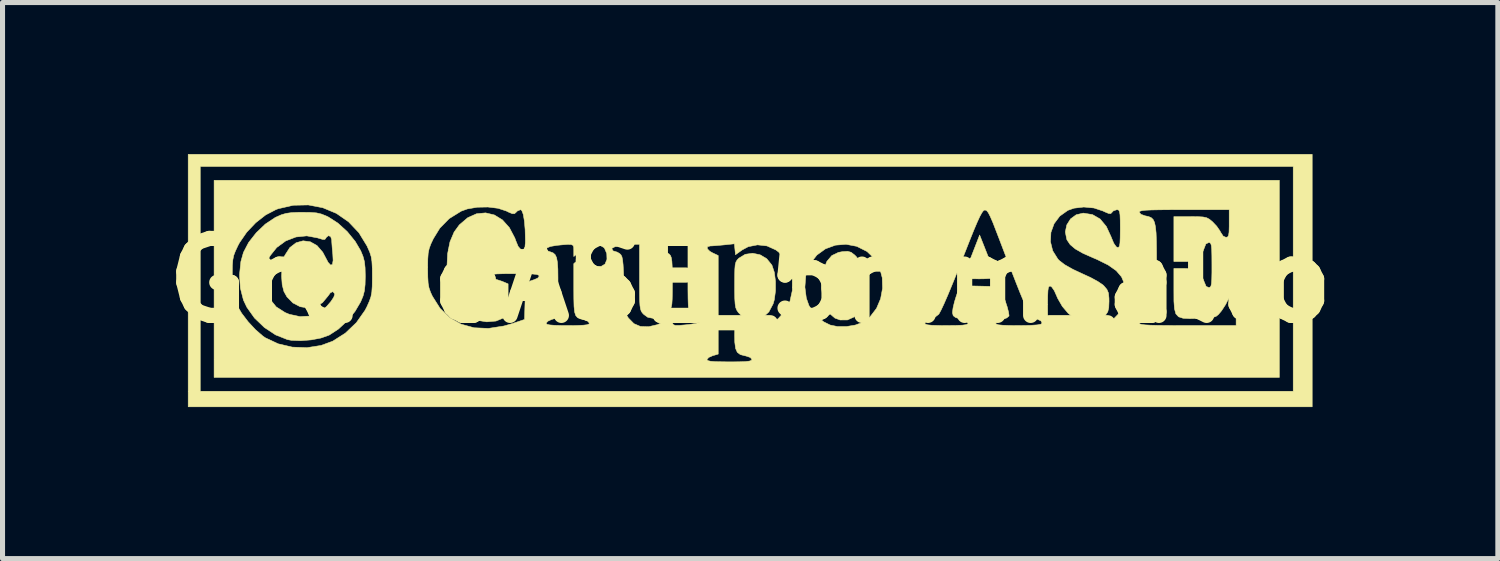
<source format=kicad_pcb>
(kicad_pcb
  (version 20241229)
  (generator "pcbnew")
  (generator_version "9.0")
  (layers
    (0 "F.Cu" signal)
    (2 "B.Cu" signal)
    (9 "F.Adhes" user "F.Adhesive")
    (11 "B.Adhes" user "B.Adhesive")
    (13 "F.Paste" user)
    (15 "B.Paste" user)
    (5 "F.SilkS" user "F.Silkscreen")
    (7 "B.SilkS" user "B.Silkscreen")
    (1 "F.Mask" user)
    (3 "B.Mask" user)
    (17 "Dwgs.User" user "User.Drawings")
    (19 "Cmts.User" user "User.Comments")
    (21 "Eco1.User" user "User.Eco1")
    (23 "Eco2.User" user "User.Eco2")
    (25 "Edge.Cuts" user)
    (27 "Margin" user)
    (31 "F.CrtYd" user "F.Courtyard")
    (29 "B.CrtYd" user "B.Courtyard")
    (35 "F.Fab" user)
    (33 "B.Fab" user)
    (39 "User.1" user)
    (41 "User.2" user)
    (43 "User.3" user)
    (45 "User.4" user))
  (footprint "GrupoASE_5mm_alto"
    (layer "F.Cu")
    (at 11.8 2.504)
    (property "Reference" "GrupoASE_5mm_alto" (at 0 0 0) (layer "F.SilkS") (effects (font (size 1.524 1.524) (thickness 0.3))))
    (attr through_hole)
    (fp_poly (pts (xy 11.125 2.499) (xy -11.125 2.499) (xy -11.125 -2.259) (xy -10.886 -2.259) (xy -10.886 2.191) (xy 10.749 2.191) (xy 10.749 -2.259) (xy -10.886 -2.259) (xy -11.125 -2.259) (xy -11.125 -2.499) (xy 11.125 -2.499) (xy 11.125 2.499)) (stroke (width 0.01) (type solid)) (fill yes) (layer "F.SilkS"))
    (fp_poly (pts (xy 4.702 -0.497) (xy 4.762 -0.341) (xy 4.812 -0.209) (xy 4.846 -0.112) (xy 4.861 -0.065) (xy 4.861 -0.063) (xy 4.829 -0.051) (xy 4.744 -0.041) (xy 4.62 -0.035) (xy 4.536 -0.034) (xy 4.396 -0.035) (xy 4.286 -0.037) (xy 4.222 -0.041) (xy 4.211 -0.043) (xy 4.222 -0.076) (xy 4.254 -0.161) (xy 4.302 -0.286) (xy 4.361 -0.438) (xy 4.377 -0.477) (xy 4.542 -0.902) (xy 4.702 -0.497)) (stroke (width 0.01) (type solid)) (fill yes) (layer "F.SilkS"))
    (fp_poly (pts (xy 1.998 -0.56) (xy 2.069 -0.505) (xy 2.101 -0.473) (xy 2.211 -0.317) (xy 2.276 -0.12) (xy 2.294 0.105) (xy 2.265 0.347) (xy 2.242 0.436) (xy 2.166 0.603) (xy 2.058 0.719) (xy 1.926 0.779) (xy 1.78 0.78) (xy 1.678 0.743) (xy 1.576 0.656) (xy 1.495 0.518) (xy 1.44 0.345) (xy 1.413 0.15) (xy 1.418 -0.05) (xy 1.449 -0.209) (xy 1.519 -0.381) (xy 1.616 -0.495) (xy 1.747 -0.558) (xy 1.828 -0.573) (xy 1.929 -0.579) (xy 1.998 -0.56)) (stroke (width 0.01) (type solid)) (fill yes) (layer "F.SilkS"))
    (fp_poly (pts (xy 0.195 -0.511) (xy 0.327 -0.433) (xy 0.427 -0.31) (xy 0.432 -0.301) (xy 0.478 -0.163) (xy 0.501 0.014) (xy 0.501 0.204) (xy 0.477 0.382) (xy 0.454 0.461) (xy 0.37 0.62) (xy 0.253 0.727) (xy 0.113 0.779) (xy -0.04 0.77) (xy -0.089 0.754) (xy -0.161 0.707) (xy -0.234 0.633) (xy -0.235 0.632) (xy -0.265 0.587) (xy -0.286 0.536) (xy -0.298 0.465) (xy -0.305 0.36) (xy -0.308 0.208) (xy -0.308 0.087) (xy -0.307 -0.097) (xy -0.304 -0.226) (xy -0.297 -0.312) (xy -0.282 -0.368) (xy -0.259 -0.407) (xy -0.226 -0.442) (xy -0.225 -0.443) (xy -0.098 -0.52) (xy 0.048 -0.541) (xy 0.195 -0.511)) (stroke (width 0.01) (type solid)) (fill yes) (layer "F.SilkS"))
    (fp_poly (pts (xy -8.703 -1.349) (xy -8.586 -1.34) (xy -8.491 -1.318) (xy -8.397 -1.281) (xy -8.349 -1.258) (xy -8.161 -1.137) (xy -7.977 -0.97) (xy -7.819 -0.776) (xy -7.71 -0.591) (xy -7.664 -0.479) (xy -7.636 -0.375) (xy -7.623 -0.254) (xy -7.619 -0.09) (xy -7.619 -0.086) (xy -7.623 0.079) (xy -7.636 0.201) (xy -7.663 0.305) (xy -7.709 0.416) (xy -7.71 0.419) (xy -7.823 0.611) (xy -7.976 0.797) (xy -8.15 0.959) (xy -8.327 1.075) (xy -8.338 1.081) (xy -8.496 1.137) (xy -8.691 1.174) (xy -8.896 1.19) (xy -9.08 1.183) (xy -9.161 1.168) (xy -9.395 1.075) (xy -9.617 0.928) (xy -9.812 0.741) (xy -9.964 0.527) (xy -10.031 0.386) (xy -10.092 0.148) (xy -10.106 -0.071) (xy -9.602 -0.071) (xy -9.578 0.171) (xy -9.506 0.367) (xy -9.383 0.52) (xy -9.206 0.633) (xy -9.121 0.668) (xy -8.912 0.713) (xy -8.709 0.702) (xy -8.556 0.649) (xy -8.47 0.591) (xy -8.38 0.507) (xy -8.3 0.415) (xy -8.243 0.329) (xy -8.224 0.268) (xy -8.226 0.261) (xy -8.26 0.219) (xy -8.309 0.24) (xy -8.359 0.308) (xy -8.467 0.438) (xy -8.604 0.516) (xy -8.755 0.542) (xy -8.909 0.517) (xy -9.052 0.443) (xy -9.171 0.321) (xy -9.23 0.215) (xy -9.264 0.082) (xy -9.276 -0.088) (xy -9.267 -0.267) (xy -9.237 -0.428) (xy -9.212 -0.499) (xy -9.113 -0.653) (xy -8.988 -0.749) (xy -8.85 -0.787) (xy -8.708 -0.768) (xy -8.575 -0.693) (xy -8.461 -0.561) (xy -8.417 -0.478) (xy -8.354 -0.359) (xy -8.304 -0.306) (xy -8.27 -0.32) (xy -8.256 -0.399) (xy -8.262 -0.518) (xy -8.274 -0.645) (xy -8.282 -0.755) (xy -8.284 -0.809) (xy -8.305 -0.872) (xy -8.349 -0.889) (xy -8.392 -0.855) (xy -8.398 -0.842) (xy -8.419 -0.815) (xy -8.464 -0.815) (xy -8.551 -0.841) (xy -8.564 -0.845) (xy -8.777 -0.885) (xy -8.991 -0.863) (xy -9.194 -0.785) (xy -9.372 -0.655) (xy -9.498 -0.498) (xy -9.554 -0.4) (xy -9.585 -0.313) (xy -9.599 -0.211) (xy -9.602 -0.071) (xy -10.106 -0.071) (xy -10.109 -0.116) (xy -10.082 -0.376) (xy -10.031 -0.557) (xy -9.929 -0.753) (xy -9.778 -0.946) (xy -9.599 -1.117) (xy -9.409 -1.244) (xy -9.386 -1.256) (xy -9.282 -1.302) (xy -9.187 -1.33) (xy -9.08 -1.345) (xy -8.935 -1.351) (xy -8.866 -1.351) (xy -8.703 -1.349)) (stroke (width 0.01) (type solid)) (fill yes) (layer "F.SilkS"))
    (fp_poly (pts (xy 10.475 1.917) (xy -10.612 1.917) (xy -10.612 1.565) (xy -0.856 1.565) (xy -0.839 1.584) (xy -0.785 1.597) (xy -0.683 1.605) (xy -0.526 1.608) (xy -0.411 1.609) (xy -0.224 1.608) (xy -0.095 1.603) (xy -0.016 1.594) (xy 0.024 1.579) (xy 0.034 1.561) (xy 0.002 1.522) (xy -0.086 1.492) (xy -0.103 1.489) (xy -0.195 1.465) (xy -0.255 1.42) (xy -0.289 1.344) (xy -0.305 1.221) (xy -0.308 1.081) (xy -0.305 0.937) (xy -0.293 0.854) (xy -0.269 0.825) (xy -0.232 0.844) (xy -0.219 0.855) (xy -0.15 0.889) (xy -0.036 0.91) (xy 0.098 0.915) (xy 0.229 0.904) (xy 0.287 0.891) (xy 0.414 0.84) (xy 0.536 0.767) (xy 0.558 0.75) (xy 0.696 0.595) (xy 0.788 0.406) (xy 0.834 0.197) (xy 0.833 0.13) (xy 1.083 0.13) (xy 1.111 0.347) (xy 1.163 0.494) (xy 1.285 0.674) (xy 1.454 0.816) (xy 1.583 0.88) (xy 1.729 0.91) (xy 1.904 0.91) (xy 2.079 0.881) (xy 2.189 0.841) (xy 3.457 0.841) (xy 3.469 0.862) (xy 3.512 0.876) (xy 3.596 0.885) (xy 3.729 0.889) (xy 3.885 0.89) (xy 4.073 0.888) (xy 4.2 0.883) (xy 4.277 0.872) (xy 4.31 0.855) (xy 4.313 0.846) (xy 4.283 0.812) (xy 4.207 0.775) (xy 4.159 0.76) (xy 4.064 0.73) (xy 4.019 0.695) (xy 4.005 0.641) (xy 4.005 0.623) (xy 4.016 0.54) (xy 4.044 0.421) (xy 4.077 0.314) (xy 4.149 0.101) (xy 4.547 0.11) (xy 4.945 0.12) (xy 5.043 0.387) (xy 5.086 0.516) (xy 5.114 0.624) (xy 5.124 0.692) (xy 5.122 0.702) (xy 5.079 0.739) (xy 4.997 0.769) (xy 4.983 0.772) (xy 4.899 0.8) (xy 4.861 0.838) (xy 4.861 0.842) (xy 4.874 0.862) (xy 4.918 0.876) (xy 5.002 0.884) (xy 5.137 0.889) (xy 5.323 0.89) (xy 5.537 0.887) (xy 5.684 0.877) (xy 5.768 0.86) (xy 5.791 0.834) (xy 5.754 0.798) (xy 5.66 0.752) (xy 5.652 0.749) (xy 5.62 0.734) (xy 5.59 0.716) (xy 5.561 0.69) (xy 5.531 0.649) (xy 5.496 0.589) (xy 5.454 0.505) (xy 5.449 0.494) (xy 5.888 0.494) (xy 5.889 0.664) (xy 5.892 0.777) (xy 5.901 0.844) (xy 5.916 0.878) (xy 5.939 0.889) (xy 5.955 0.89) (xy 6.026 0.863) (xy 6.054 0.831) (xy 6.078 0.799) (xy 6.114 0.793) (xy 6.179 0.815) (xy 6.253 0.846) (xy 6.357 0.892) (xy 6.441 0.926) (xy 6.47 0.937) (xy 6.576 0.953) (xy 6.716 0.953) (xy 6.859 0.937) (xy 6.926 0.922) (xy 7.056 0.861) (xy 7.192 0.761) (xy 7.309 0.64) (xy 7.382 0.523) (xy 7.409 0.422) (xy 7.426 0.293) (xy 7.428 0.232) (xy 7.41 0.067) (xy 7.351 -0.073) (xy 7.246 -0.196) (xy 7.087 -0.308) (xy 6.868 -0.417) (xy 6.795 -0.448) (xy 6.587 -0.54) (xy 6.436 -0.626) (xy 6.334 -0.712) (xy 6.272 -0.804) (xy 6.266 -0.819) (xy 6.238 -0.963) (xy 6.267 -1.102) (xy 6.342 -1.221) (xy 6.454 -1.303) (xy 6.592 -1.335) (xy 6.596 -1.335) (xy 6.776 -1.306) (xy 6.927 -1.219) (xy 7.05 -1.071) (xy 7.147 -0.86) (xy 7.151 -0.848) (xy 7.198 -0.737) (xy 7.246 -0.669) (xy 7.269 -0.656) (xy 7.294 -0.659) (xy 7.31 -0.685) (xy 7.32 -0.745) (xy 7.324 -0.851) (xy 7.326 -1.014) (xy 7.326 -1.024) (xy 7.325 -1.19) (xy 7.321 -1.299) (xy 7.313 -1.354) (xy 7.702 -1.354) (xy 7.734 -1.312) (xy 7.817 -1.282) (xy 7.823 -1.281) (xy 7.887 -1.267) (xy 7.937 -1.246) (xy 7.975 -1.211) (xy 8.003 -1.154) (xy 8.022 -1.067) (xy 8.035 -0.943) (xy 8.041 -0.774) (xy 8.044 -0.552) (xy 8.044 -0.27) (xy 8.044 -0.247) (xy 8.043 0.034) (xy 8.039 0.273) (xy 8.032 0.463) (xy 8.024 0.6) (xy 8.013 0.676) (xy 8.009 0.687) (xy 7.946 0.741) (xy 7.838 0.774) (xy 7.745 0.8) (xy 7.703 0.836) (xy 7.702 0.843) (xy 7.713 0.857) (xy 7.748 0.868) (xy 7.816 0.877) (xy 7.923 0.883) (xy 8.076 0.887) (xy 8.281 0.889) (xy 8.545 0.89) (xy 8.661 0.89) (xy 9.619 0.89) (xy 9.619 0.727) (xy 9.624 0.59) (xy 9.636 0.438) (xy 9.641 0.385) (xy 9.651 0.28) (xy 9.646 0.227) (xy 9.622 0.207) (xy 9.598 0.206) (xy 9.539 0.237) (xy 9.482 0.332) (xy 9.473 0.353) (xy 9.41 0.476) (xy 9.332 0.596) (xy 9.314 0.618) (xy 9.267 0.673) (xy 9.223 0.708) (xy 9.166 0.728) (xy 9.079 0.739) (xy 8.946 0.746) (xy 8.886 0.748) (xy 8.701 0.753) (xy 8.569 0.746) (xy 8.48 0.717) (xy 8.426 0.658) (xy 8.399 0.559) (xy 8.388 0.41) (xy 8.387 0.205) (xy 8.387 -0.24) (xy 8.594 -0.24) (xy 8.719 -0.235) (xy 8.801 -0.216) (xy 8.863 -0.176) (xy 8.885 -0.155) (xy 8.951 -0.065) (xy 8.991 0.033) (xy 9.025 0.115) (xy 9.076 0.137) (xy 9.102 0.132) (xy 9.12 0.111) (xy 9.131 0.062) (xy 9.137 -0.026) (xy 9.14 -0.163) (xy 9.14 -0.308) (xy 9.139 -0.49) (xy 9.136 -0.615) (xy 9.129 -0.692) (xy 9.116 -0.734) (xy 9.097 -0.751) (xy 9.076 -0.753) (xy 9.02 -0.725) (xy 8.991 -0.65) (xy 8.951 -0.551) (xy 8.885 -0.461) (xy 8.825 -0.412) (xy 8.753 -0.386) (xy 8.647 -0.377) (xy 8.594 -0.377) (xy 8.387 -0.377) (xy 8.387 -1.267) (xy 8.711 -1.267) (xy 8.864 -1.265) (xy 8.966 -1.259) (xy 9.035 -1.244) (xy 9.09 -1.215) (xy 9.147 -1.168) (xy 9.152 -1.164) (xy 9.235 -1.076) (xy 9.3 -0.982) (xy 9.311 -0.959) (xy 9.363 -0.88) (xy 9.418 -0.856) (xy 9.45 -0.863) (xy 9.469 -0.892) (xy 9.479 -0.958) (xy 9.482 -1.074) (xy 9.482 -1.13) (xy 9.482 -1.404) (xy 8.592 -1.404) (xy 8.318 -1.403) (xy 8.105 -1.401) (xy 7.946 -1.398) (xy 7.834 -1.393) (xy 7.76 -1.385) (xy 7.719 -1.374) (xy 7.703 -1.36) (xy 7.702 -1.354) (xy 7.313 -1.354) (xy 7.312 -1.363) (xy 7.296 -1.394) (xy 7.27 -1.403) (xy 7.259 -1.404) (xy 7.189 -1.38) (xy 7.164 -1.353) (xy 7.138 -1.326) (xy 7.094 -1.329) (xy 7.013 -1.363) (xy 6.982 -1.378) (xy 6.804 -1.437) (xy 6.604 -1.456) (xy 6.41 -1.433) (xy 6.288 -1.39) (xy 6.128 -1.276) (xy 6.016 -1.126) (xy 5.953 -0.953) (xy 5.944 -0.769) (xy 5.988 -0.59) (xy 6.09 -0.427) (xy 6.117 -0.398) (xy 6.226 -0.314) (xy 6.389 -0.222) (xy 6.571 -0.137) (xy 6.737 -0.061) (xy 6.879 0.016) (xy 6.98 0.084) (xy 7.004 0.107) (xy 7.062 0.176) (xy 7.092 0.247) (xy 7.102 0.347) (xy 7.103 0.412) (xy 7.098 0.536) (xy 7.079 0.617) (xy 7.037 0.68) (xy 7.016 0.702) (xy 6.89 0.782) (xy 6.727 0.817) (xy 6.554 0.806) (xy 6.427 0.753) (xy 6.296 0.649) (xy 6.178 0.51) (xy 6.086 0.35) (xy 6.067 0.305) (xy 6.02 0.2) (xy 5.971 0.129) (xy 5.943 0.109) (xy 5.919 0.112) (xy 5.903 0.138) (xy 5.894 0.2) (xy 5.889 0.308) (xy 5.888 0.472) (xy 5.888 0.494) (xy 5.449 0.494) (xy 5.404 0.39) (xy 5.342 0.241) (xy 5.266 0.05) (xy 5.174 -0.186) (xy 5.063 -0.474) (xy 4.932 -0.818) (xy 4.874 -0.968) (xy 4.805 -1.147) (xy 4.752 -1.269) (xy 4.712 -1.346) (xy 4.68 -1.385) (xy 4.649 -1.397) (xy 4.64 -1.396) (xy 4.616 -1.382) (xy 4.586 -1.342) (xy 4.546 -1.269) (xy 4.495 -1.159) (xy 4.43 -1.006) (xy 4.348 -0.802) (xy 4.246 -0.543) (xy 4.19 -0.4) (xy 4.092 -0.151) (xy 3.998 0.08) (xy 3.913 0.285) (xy 3.839 0.455) (xy 3.78 0.581) (xy 3.74 0.655) (xy 3.731 0.668) (xy 3.644 0.734) (xy 3.556 0.771) (xy 3.486 0.801) (xy 3.457 0.841) (xy 2.189 0.841) (xy 2.21 0.834) (xy 2.376 0.713) (xy 2.501 0.55) (xy 2.582 0.359) (xy 2.62 0.153) (xy 2.614 -0.056) (xy 2.561 -0.255) (xy 2.462 -0.432) (xy 2.316 -0.573) (xy 2.31 -0.577) (xy 2.109 -0.678) (xy 1.898 -0.718) (xy 1.688 -0.701) (xy 1.491 -0.629) (xy 1.32 -0.505) (xy 1.187 -0.334) (xy 1.162 -0.287) (xy 1.1 -0.091) (xy 1.083 0.13) (xy 0.833 0.13) (xy 0.833 -0.018) (xy 0.788 -0.226) (xy 0.698 -0.413) (xy 0.563 -0.565) (xy 0.507 -0.607) (xy 0.332 -0.686) (xy 0.145 -0.707) (xy -0.038 -0.671) (xy -0.158 -0.607) (xy -0.291 -0.512) (xy -0.313 -0.728) (xy -0.521 -0.706) (xy -0.643 -0.695) (xy -0.745 -0.687) (xy -0.792 -0.685) (xy -0.847 -0.669) (xy -0.848 -0.629) (xy -0.8 -0.58) (xy -0.744 -0.548) (xy -0.633 -0.496) (xy -0.633 1.455) (xy -0.745 1.488) (xy -0.82 1.521) (xy -0.855 1.561) (xy -0.856 1.565) (xy -10.612 1.565) (xy -10.612 -0.086) (xy -10.252 -0.086) (xy -10.251 0.088) (xy -10.244 0.213) (xy -10.228 0.31) (xy -10.2 0.397) (xy -10.16 0.488) (xy -10.067 0.646) (xy -9.938 0.815) (xy -9.791 0.973) (xy -9.646 1.099) (xy -9.593 1.135) (xy -9.342 1.252) (xy -9.064 1.317) (xy -8.775 1.328) (xy -8.494 1.284) (xy -8.265 1.2) (xy -8.013 1.04) (xy -7.795 0.832) (xy -7.624 0.589) (xy -7.586 0.516) (xy -7.539 0.41) (xy -7.508 0.322) (xy -7.49 0.229) (xy -7.482 0.114) (xy -7.48 -0.046) (xy -7.48 -0.086) (xy -7.481 -0.24) (xy -6.384 -0.24) (xy -6.382 -0.071) (xy -6.375 0.051) (xy -6.358 0.144) (xy -6.328 0.23) (xy -6.291 0.31) (xy -6.139 0.55) (xy -5.949 0.734) (xy -5.723 0.863) (xy -5.466 0.934) (xy -5.182 0.947) (xy -4.875 0.899) (xy -4.707 0.851) (xy -4.467 0.77) (xy -4.457 0.43) (xy -4.45 0.281) (xy -4.437 0.155) (xy -4.422 0.071) (xy -4.412 0.047) (xy -4.355 0.009) (xy -4.277 -0.018) (xy -4.206 -0.048) (xy -4.176 -0.088) (xy -4.188 -0.108) (xy -4.228 -0.121) (xy -4.306 -0.13) (xy -4.432 -0.135) (xy -4.614 -0.137) (xy -4.673 -0.137) (xy -4.87 -0.136) (xy -5.008 -0.132) (xy -5.097 -0.125) (xy -5.147 -0.113) (xy -5.167 -0.096) (xy -5.169 -0.086) (xy -5.14 -0.044) (xy -5.099 -0.034) (xy -5.021 -0.021) (xy -4.923 0.011) (xy -4.911 0.015) (xy -4.792 0.065) (xy -4.792 0.374) (xy -4.794 0.523) (xy -4.8 0.618) (xy -4.815 0.676) (xy -4.842 0.713) (xy -4.872 0.735) (xy -5.031 0.801) (xy -5.216 0.817) (xy -5.407 0.786) (xy -5.585 0.709) (xy -5.716 0.609) (xy -5.849 0.441) (xy -5.939 0.242) (xy -5.99 0.002) (xy -6.004 -0.24) (xy -5.99 -0.529) (xy -5.974 -0.613) (xy -4.041 -0.613) (xy -3.995 -0.581) (xy -3.955 -0.568) (xy -3.901 -0.548) (xy -3.861 -0.513) (xy -3.833 -0.454) (xy -3.816 -0.362) (xy -3.807 -0.227) (xy -3.805 -0.041) (xy -3.807 0.162) (xy -3.817 0.736) (xy -3.928 0.769) (xy -4.003 0.803) (xy -4.039 0.842) (xy -4.039 0.846) (xy -4.023 0.865) (xy -3.967 0.878) (xy -3.864 0.886) (xy -3.705 0.89) (xy -3.611 0.89) (xy -3.427 0.889) (xy -3.302 0.883) (xy -3.226 0.874) (xy -3.19 0.858) (xy -3.184 0.843) (xy -3.213 0.805) (xy -3.286 0.776) (xy -3.292 0.774) (xy -3.365 0.757) (xy -3.418 0.733) (xy -3.454 0.69) (xy -3.476 0.62) (xy -3.487 0.511) (xy -3.491 0.353) (xy -3.492 0.171) (xy -3.492 -0.335) (xy -3.371 -0.441) (xy -3.273 -0.516) (xy -3.201 -0.546) (xy -3.164 -0.532) (xy -3.167 -0.477) (xy -3.165 -0.392) (xy -3.115 -0.324) (xy -3.036 -0.284) (xy -2.95 -0.281) (xy -2.876 -0.325) (xy -2.874 -0.327) (xy -2.835 -0.421) (xy -2.839 -0.535) (xy -2.879 -0.629) (xy -2.739 -0.629) (xy -2.712 -0.586) (xy -2.694 -0.582) (xy -2.632 -0.563) (xy -2.582 -0.533) (xy -2.558 -0.509) (xy -2.539 -0.472) (xy -2.526 -0.411) (xy -2.516 -0.316) (xy -2.508 -0.176) (xy -2.501 0.019) (xy -2.499 0.08) (xy -2.492 0.294) (xy -2.484 0.45) (xy -2.474 0.561) (xy -2.46 0.637) (xy -2.441 0.692) (xy -2.415 0.735) (xy -2.41 0.742) (xy -2.301 0.853) (xy -2.172 0.908) (xy -2.009 0.913) (xy -1.83 0.871) (xy -1.692 0.793) (xy -1.54 0.686) (xy -1.54 0.788) (xy -1.538 0.84) (xy -1.523 0.872) (xy -1.482 0.887) (xy -1.404 0.887) (xy -1.275 0.876) (xy -1.203 0.868) (xy -1.071 0.848) (xy -1.003 0.82) (xy -0.993 0.8) (xy -1.021 0.76) (xy -1.05 0.753) (xy -1.119 0.731) (xy -1.17 0.696) (xy -1.191 0.671) (xy -1.207 0.634) (xy -1.219 0.576) (xy -1.226 0.486) (xy -1.23 0.356) (xy -1.232 0.176) (xy -1.232 -0.04) (xy -1.232 -0.719) (xy -1.309 -0.719) (xy -1.466 -0.713) (xy -1.614 -0.698) (xy -1.736 -0.678) (xy -1.82 -0.653) (xy -1.849 -0.628) (xy -1.818 -0.593) (xy -1.757 -0.582) (xy -1.663 -0.561) (xy -1.603 -0.525) (xy -1.578 -0.496) (xy -1.561 -0.452) (xy -1.55 -0.383) (xy -1.544 -0.276) (xy -1.541 -0.121) (xy -1.54 0.034) (xy -1.541 0.23) (xy -1.544 0.369) (xy -1.55 0.464) (xy -1.562 0.525) (xy -1.581 0.566) (xy -1.608 0.597) (xy -1.617 0.606) (xy -1.764 0.71) (xy -1.902 0.751) (xy -2.027 0.727) (xy -2.107 0.669) (xy -2.136 0.638) (xy -2.157 0.605) (xy -2.172 0.56) (xy -2.182 0.492) (xy -2.188 0.392) (xy -2.19 0.249) (xy -2.191 0.052) (xy -2.191 -0.067) (xy -2.191 -0.719) (xy -2.285 -0.719) (xy -2.438 -0.712) (xy -2.573 -0.695) (xy -2.676 -0.67) (xy -2.733 -0.641) (xy -2.739 -0.629) (xy -2.879 -0.629) (xy -2.883 -0.638) (xy -2.895 -0.653) (xy -2.986 -0.706) (xy -3.106 -0.707) (xy -3.242 -0.659) (xy -3.358 -0.583) (xy -3.492 -0.476) (xy -3.492 -0.597) (xy -3.493 -0.659) (xy -3.506 -0.696) (xy -3.544 -0.714) (xy -3.617 -0.716) (xy -3.74 -0.706) (xy -3.829 -0.697) (xy -3.953 -0.676) (xy -4.025 -0.646) (xy -4.041 -0.613) (xy -5.974 -0.613) (xy -5.943 -0.766) (xy -5.861 -0.96) (xy -5.758 -1.102) (xy -5.592 -1.244) (xy -5.416 -1.323) (xy -5.237 -1.34) (xy -5.064 -1.299) (xy -4.904 -1.201) (xy -4.767 -1.048) (xy -4.659 -0.843) (xy -4.638 -0.785) (xy -4.593 -0.676) (xy -4.549 -0.625) (xy -4.516 -0.616) (xy -4.477 -0.625) (xy -4.458 -0.664) (xy -4.451 -0.748) (xy -4.45 -0.799) (xy -4.455 -1.008) (xy -4.47 -1.181) (xy -4.492 -1.31) (xy -4.521 -1.386) (xy -4.545 -1.404) (xy -4.608 -1.378) (xy -4.635 -1.351) (xy -4.665 -1.324) (xy -4.709 -1.324) (xy -4.785 -1.356) (xy -4.827 -1.377) (xy -4.991 -1.431) (xy -5.192 -1.456) (xy -5.403 -1.452) (xy -5.6 -1.418) (xy -5.721 -1.374) (xy -5.958 -1.227) (xy -6.144 -1.037) (xy -6.272 -0.829) (xy -6.323 -0.721) (xy -6.355 -0.632) (xy -6.374 -0.541) (xy -6.382 -0.427) (xy -6.384 -0.268) (xy -6.384 -0.24) (xy -7.481 -0.24) (xy -7.481 -0.257) (xy -7.488 -0.38) (xy -7.503 -0.475) (xy -7.531 -0.563) (xy -7.575 -0.662) (xy -7.585 -0.685) (xy -7.746 -0.948) (xy -7.951 -1.164) (xy -8.191 -1.33) (xy -8.46 -1.442) (xy -8.747 -1.497) (xy -9.044 -1.491) (xy -9.344 -1.422) (xy -9.39 -1.404) (xy -9.59 -1.3) (xy -9.788 -1.145) (xy -9.967 -0.956) (xy -10.109 -0.75) (xy -10.141 -0.69) (xy -10.19 -0.585) (xy -10.223 -0.499) (xy -10.241 -0.411) (xy -10.25 -0.301) (xy -10.252 -0.149) (xy -10.252 -0.086) (xy -10.612 -0.086) (xy -10.612 -1.985) (xy 10.475 -1.985) (xy 10.475 1.917)) (stroke (width 0.01) (type solid)) (fill yes) (layer "F.SilkS")))
  (gr_rect
    (start -3 -3)
    (end 26.6 8.008)
    (stroke (width 0.1) (type default))
    (fill no)
    (layer "Edge.Cuts")))
</source>
